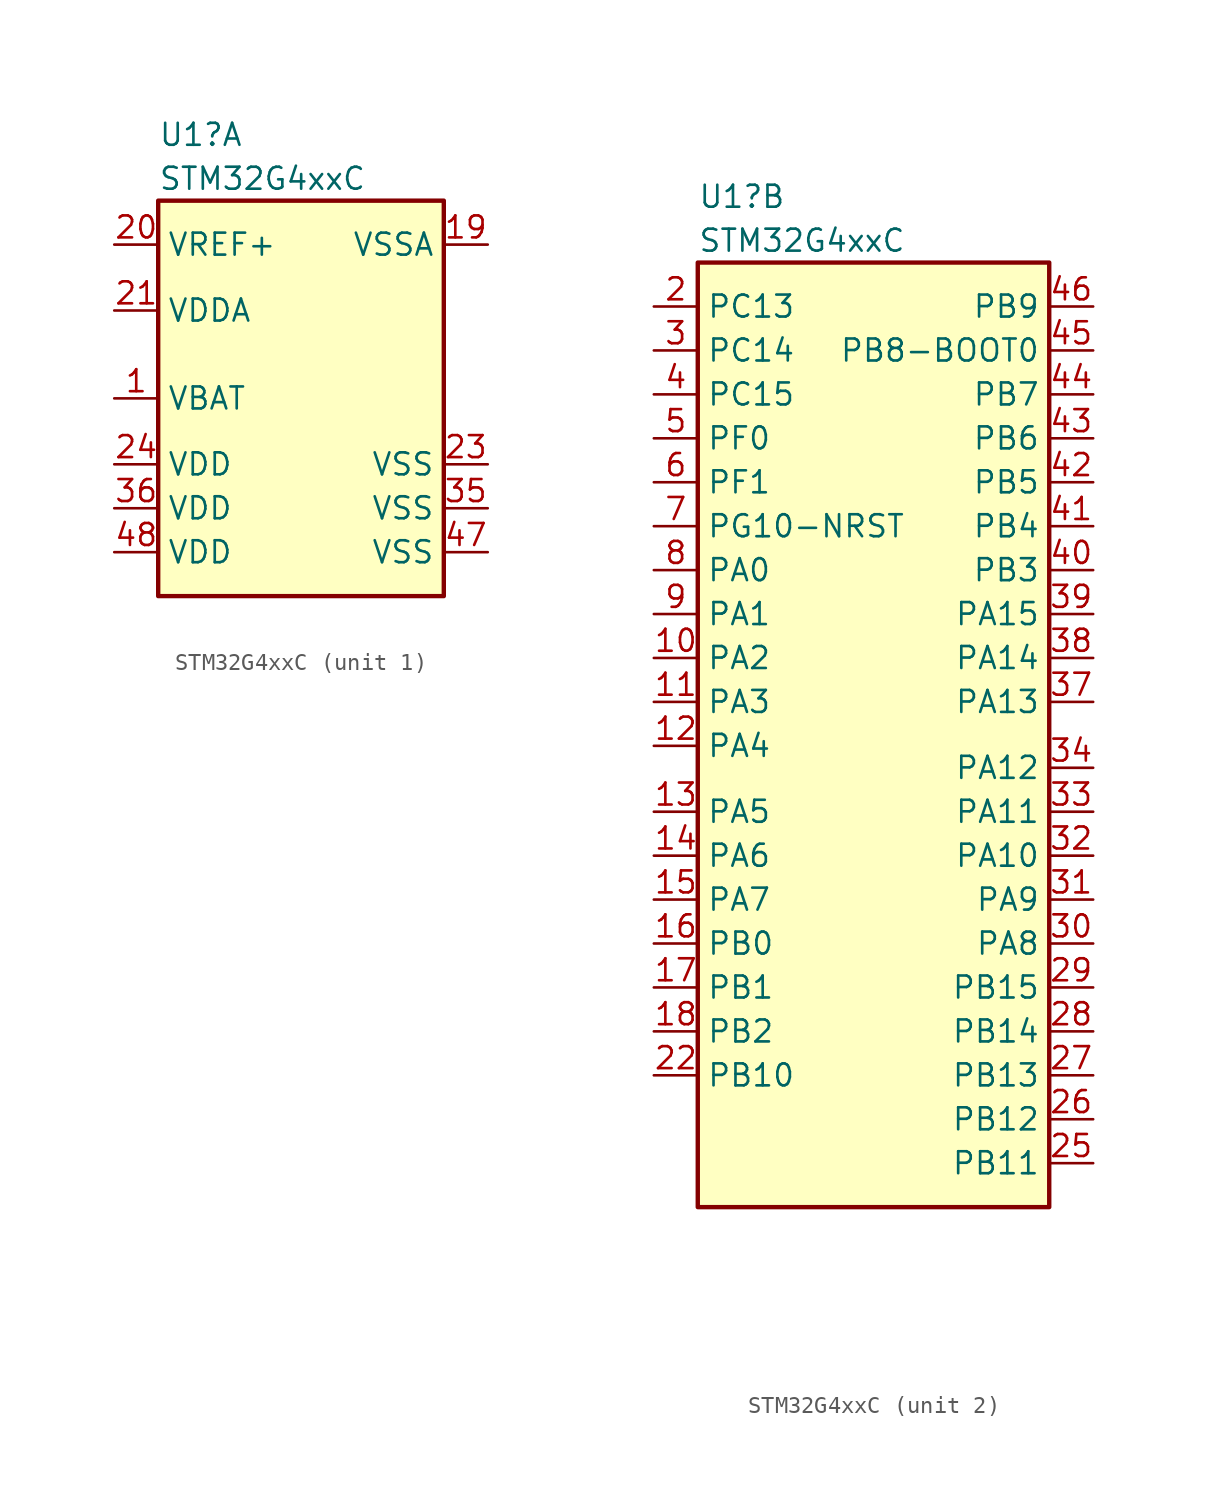
<source format=kicad_sym>
(kicad_symbol_lib
  (version 20220914)
  (generator kicad_symbol_editor)
  (symbol "STM32G4xxC"
    (property "Reference" "U1"
      (at 0 3.81 0)
      (effects (font (size 1.27 1.27)) (justify left)))
    (property "Value" "STM32G4xxC"
      (at 0 1.27 0)
      (effects (font (size 1.27 1.27)) (justify left)))
    (property "ki_locked" ""
      (at 0 0 0)
      (effects (font (size 1.27 1.27))))
    (symbol "STM32G4xxC_1_1"
      (rectangle (start 0 0) (end 16.51 -22.86) (stroke (width 0.254) (type default)) (fill (type background)))
      (pin power_in line (at -2.54 -11.43 0) (length 2.54) (name "VBAT" (effects (font (size 1.27 1.27)))) (number "1" (effects (font (size 1.27 1.27)))))
      (pin power_in line (at 19.05 -2.54 180) (length 2.54) (name "VSSA" (effects (font (size 1.27 1.27)))) (number "19" (effects (font (size 1.27 1.27)))))
      (pin input line (at -2.54 -2.54 0) (length 2.54) (name "VREF+" (effects (font (size 1.27 1.27)))) (number "20" (effects (font (size 1.27 1.27)))) (alternate "VREFBUF_OUT" bidirectional line))
      (pin power_in line (at -2.54 -6.35 0) (length 2.54) (name "VDDA" (effects (font (size 1.27 1.27)))) (number "21" (effects (font (size 1.27 1.27)))))
      (pin power_in line (at 19.05 -15.24 180) (length 2.54) (name "VSS" (effects (font (size 1.27 1.27)))) (number "23" (effects (font (size 1.27 1.27)))))
      (pin power_in line (at -2.54 -15.24 0) (length 2.54) (name "VDD" (effects (font (size 1.27 1.27)))) (number "24" (effects (font (size 1.27 1.27)))))
      (pin power_in line (at 19.05 -17.78 180) (length 2.54) (name "VSS" (effects (font (size 1.27 1.27)))) (number "35" (effects (font (size 1.27 1.27)))))
      (pin power_in line (at -2.54 -17.78 0) (length 2.54) (name "VDD" (effects (font (size 1.27 1.27)))) (number "36" (effects (font (size 1.27 1.27)))))
      (pin power_in line (at 19.05 -20.32 180) (length 2.54) (name "VSS" (effects (font (size 1.27 1.27)))) (number "47" (effects (font (size 1.27 1.27)))))
      (pin power_in line (at -2.54 -20.32 0) (length 2.54) (name "VDD" (effects (font (size 1.27 1.27)))) (number "48" (effects (font (size 1.27 1.27))))))
    (symbol "STM32G4xxC_2_1"
      (rectangle (start 0 0) (end 20.32 -54.61) (stroke (width 0.254) (type default)) (fill (type background)))
      (pin bidirectional line (at -2.54 -22.86 0) (length 2.54) (name "PA2" (effects (font (size 1.27 1.27)))) (number "10" (effects (font (size 1.27 1.27)))) (alternate "ADC1_IN3" bidirectional line) (alternate "ADC3_EXTI2" bidirectional line) (alternate "ADC4_EXTI2" bidirectional line) (alternate "ADC5_EXTI2" bidirectional line) (alternate "COMP2_INM" bidirectional line) (alternate "COMP2_OUT" bidirectional line) (alternate "LPUART1_TX" bidirectional line) (alternate "OPAMP1_VOUT" bidirectional line) (alternate "QUADSPI1_BK1_NCS" bidirectional line) (alternate "RCC_LSCO" bidirectional line) (alternate "SYS_WKUP4" bidirectional line) (alternate "TIM15_CH1" bidirectional line) (alternate "TIM2_CH3" bidirectional line) (alternate "TIM5_CH3" bidirectional line) (alternate "UCPD1_FRSTX1" bidirectional line) (alternate "UCPD1_FRSTX2" bidirectional line) (alternate "USART2_TX" bidirectional line))
      (pin bidirectional line (at -2.54 -25.4 0) (length 2.54) (name "PA3" (effects (font (size 1.27 1.27)))) (number "11" (effects (font (size 1.27 1.27)))) (alternate "ADC1_IN4" bidirectional line) (alternate "ADC3_EXTI3" bidirectional line) (alternate "ADC4_EXTI3" bidirectional line) (alternate "ADC5_EXTI3" bidirectional line) (alternate "COMP2_INP" bidirectional line) (alternate "LPUART1_RX" bidirectional line) (alternate "OPAMP1_VINM" bidirectional line) (alternate "OPAMP1_VINM0" bidirectional line) (alternate "OPAMP1_VINM_SEC" bidirectional line) (alternate "OPAMP1_VINP" bidirectional line) (alternate "OPAMP1_VINP_SEC" bidirectional line) (alternate "OPAMP5_VINM" bidirectional line) (alternate "OPAMP5_VINM1" bidirectional line) (alternate "OPAMP5_VINM_SEC" bidirectional line) (alternate "QUADSPI1_CLK" bidirectional line) (alternate "SAI1_CK1" bidirectional line) (alternate "SAI1_MCLK_A" bidirectional line) (alternate "TIM15_CH2" bidirectional line) (alternate "TIM2_CH4" bidirectional line) (alternate "TIM5_CH4" bidirectional line) (alternate "USART2_RX" bidirectional line))
      (pin bidirectional line (at -2.54 -27.94 0) (length 2.54) (name "PA4" (effects (font (size 1.27 1.27)))) (number "12" (effects (font (size 1.27 1.27)))) (alternate "ADC2_IN17" bidirectional line) (alternate "COMP1_INM" bidirectional line) (alternate "DAC1_OUT1" bidirectional line) (alternate "I2S3_WS" bidirectional line) (alternate "SAI1_FS_B" bidirectional line) (alternate "SPI1_NSS" bidirectional line) (alternate "SPI3_NSS" bidirectional line) (alternate "TIM3_CH2" bidirectional line) (alternate "USART2_CK" bidirectional line))
      (pin bidirectional line (at -2.54 -31.75 0) (length 2.54) (name "PA5" (effects (font (size 1.27 1.27)))) (number "13" (effects (font (size 1.27 1.27)))) (alternate "ADC2_IN13" bidirectional line) (alternate "COMP2_INM" bidirectional line) (alternate "DAC1_OUT2" bidirectional line) (alternate "OPAMP2_VINM" bidirectional line) (alternate "OPAMP2_VINM0" bidirectional line) (alternate "OPAMP2_VINM_SEC" bidirectional line) (alternate "SPI1_SCK" bidirectional line) (alternate "TIM2_CH1" bidirectional line) (alternate "TIM2_ETR" bidirectional line) (alternate "UCPD1_FRSTX1" bidirectional line) (alternate "UCPD1_FRSTX2" bidirectional line))
      (pin bidirectional line (at -2.54 -34.29 0) (length 2.54) (name "PA6" (effects (font (size 1.27 1.27)))) (number "14" (effects (font (size 1.27 1.27)))) (alternate "ADC2_IN3" bidirectional line) (alternate "COMP1_OUT" bidirectional line) (alternate "DAC2_OUT1" bidirectional line) (alternate "LPUART1_CTS" bidirectional line) (alternate "OPAMP2_VOUT" bidirectional line) (alternate "QUADSPI1_BK1_IO3" bidirectional line) (alternate "SPI1_MISO" bidirectional line) (alternate "TIM16_CH1" bidirectional line) (alternate "TIM1_BKIN" bidirectional line) (alternate "TIM3_CH1" bidirectional line) (alternate "TIM8_BKIN" bidirectional line))
      (pin bidirectional line (at -2.54 -36.83 0) (length 2.54) (name "PA7" (effects (font (size 1.27 1.27)))) (number "15" (effects (font (size 1.27 1.27)))) (alternate "ADC2_IN4" bidirectional line) (alternate "COMP2_INP" bidirectional line) (alternate "COMP2_OUT" bidirectional line) (alternate "OPAMP1_VINP" bidirectional line) (alternate "OPAMP1_VINP_SEC" bidirectional line) (alternate "OPAMP2_VINP" bidirectional line) (alternate "OPAMP2_VINP_SEC" bidirectional line) (alternate "QUADSPI1_BK1_IO2" bidirectional line) (alternate "SPI1_MOSI" bidirectional line) (alternate "TIM17_CH1" bidirectional line) (alternate "TIM1_CH1N" bidirectional line) (alternate "TIM3_CH2" bidirectional line) (alternate "TIM8_CH1N" bidirectional line) (alternate "UCPD1_FRSTX1" bidirectional line) (alternate "UCPD1_FRSTX2" bidirectional line))
      (pin bidirectional line (at -2.54 -39.37 0) (length 2.54) (name "PB0" (effects (font (size 1.27 1.27)))) (number "16" (effects (font (size 1.27 1.27)))) (alternate "ADC1_IN15" bidirectional line) (alternate "ADC3_IN12" bidirectional line) (alternate "COMP4_INP" bidirectional line) (alternate "HRTIM1_FLT5" bidirectional line) (alternate "OPAMP2_VINP" bidirectional line) (alternate "OPAMP2_VINP_SEC" bidirectional line) (alternate "OPAMP3_VINP" bidirectional line) (alternate "OPAMP3_VINP_SEC" bidirectional line) (alternate "QUADSPI1_BK1_IO1" bidirectional line) (alternate "TIM1_CH2N" bidirectional line) (alternate "TIM3_CH3" bidirectional line) (alternate "TIM8_CH2N" bidirectional line) (alternate "UCPD1_FRSTX1" bidirectional line) (alternate "UCPD1_FRSTX2" bidirectional line))
      (pin bidirectional line (at -2.54 -41.91 0) (length 2.54) (name "PB1" (effects (font (size 1.27 1.27)))) (number "17" (effects (font (size 1.27 1.27)))) (alternate "ADC1_IN12" bidirectional line) (alternate "ADC3_IN1" bidirectional line) (alternate "COMP1_INP" bidirectional line) (alternate "COMP4_OUT" bidirectional line) (alternate "HRTIM1_SCOUT" bidirectional line) (alternate "LPUART1_DE" bidirectional line) (alternate "LPUART1_RTS" bidirectional line) (alternate "OPAMP3_VOUT" bidirectional line) (alternate "OPAMP6_VINM" bidirectional line) (alternate "OPAMP6_VINM1" bidirectional line) (alternate "OPAMP6_VINM_SEC" bidirectional line) (alternate "QUADSPI1_BK1_IO0" bidirectional line) (alternate "TIM1_CH3N" bidirectional line) (alternate "TIM3_CH4" bidirectional line) (alternate "TIM8_CH3N" bidirectional line))
      (pin bidirectional line (at -2.54 -44.45 0) (length 2.54) (name "PB2" (effects (font (size 1.27 1.27)))) (number "18" (effects (font (size 1.27 1.27)))) (alternate "ADC2_IN12" bidirectional line) (alternate "ADC3_EXTI2" bidirectional line) (alternate "ADC4_EXTI2" bidirectional line) (alternate "ADC5_EXTI2" bidirectional line) (alternate "COMP4_INM" bidirectional line) (alternate "HRTIM1_SCIN" bidirectional line) (alternate "I2C3_SMBA" bidirectional line) (alternate "LPTIM1_OUT" bidirectional line) (alternate "OPAMP3_VINM" bidirectional line) (alternate "OPAMP3_VINM0" bidirectional line) (alternate "OPAMP3_VINM_SEC" bidirectional line) (alternate "QUADSPI1_BK2_IO1" bidirectional line) (alternate "RTC_OUT2" bidirectional line) (alternate "TIM20_CH1" bidirectional line) (alternate "TIM5_CH1" bidirectional line))
      (pin bidirectional line (at -2.54 -2.54 0) (length 2.54) (name "PC13" (effects (font (size 1.27 1.27)))) (number "2" (effects (font (size 1.27 1.27)))) (alternate "RTC_OUT1" bidirectional line) (alternate "RTC_TAMP1" bidirectional line) (alternate "RTC_TS" bidirectional line) (alternate "SYS_WKUP2" bidirectional line) (alternate "TIM1_BKIN" bidirectional line) (alternate "TIM1_CH1N" bidirectional line) (alternate "TIM8_CH4N" bidirectional line))
      (pin bidirectional line (at -2.54 -46.99 0) (length 2.54) (name "PB10" (effects (font (size 1.27 1.27)))) (number "22" (effects (font (size 1.27 1.27)))) (alternate "COMP5_INM" bidirectional line) (alternate "DAC1_EXTI10" bidirectional line) (alternate "DAC2_EXTI10" bidirectional line) (alternate "DAC3_EXTI10" bidirectional line) (alternate "DAC4_EXTI10" bidirectional line) (alternate "HRTIM1_FLT3" bidirectional line) (alternate "LPUART1_RX" bidirectional line) (alternate "OPAMP3_VINM" bidirectional line) (alternate "OPAMP3_VINM1" bidirectional line) (alternate "OPAMP3_VINM_SEC" bidirectional line) (alternate "OPAMP4_VINM" bidirectional line) (alternate "OPAMP4_VINM0" bidirectional line) (alternate "OPAMP4_VINM_SEC" bidirectional line) (alternate "QUADSPI1_CLK" bidirectional line) (alternate "SAI1_SCK_A" bidirectional line) (alternate "TIM1_BKIN" bidirectional line) (alternate "TIM2_CH3" bidirectional line) (alternate "USART3_TX" bidirectional line))
      (pin bidirectional line (at 22.86 -52.07 180) (length 2.54) (name "PB11" (effects (font (size 1.27 1.27)))) (number "25" (effects (font (size 1.27 1.27)))) (alternate "ADC1_EXTI11" bidirectional line) (alternate "ADC1_IN14" bidirectional line) (alternate "ADC2_EXTI11" bidirectional line) (alternate "ADC2_IN14" bidirectional line) (alternate "COMP6_INP" bidirectional line) (alternate "HRTIM1_FLT4" bidirectional line) (alternate "LPUART1_TX" bidirectional line) (alternate "OPAMP4_VINP" bidirectional line) (alternate "OPAMP4_VINP_SEC" bidirectional line) (alternate "OPAMP6_VOUT" bidirectional line) (alternate "QUADSPI1_BK1_NCS" bidirectional line) (alternate "TIM2_CH4" bidirectional line) (alternate "USART3_RX" bidirectional line))
      (pin bidirectional line (at 22.86 -49.53 180) (length 2.54) (name "PB12" (effects (font (size 1.27 1.27)))) (number "26" (effects (font (size 1.27 1.27)))) (alternate "ADC1_IN11" bidirectional line) (alternate "ADC4_IN3" bidirectional line) (alternate "COMP7_INM" bidirectional line) (alternate "FDCAN2_RX" bidirectional line) (alternate "HRTIM1_CHC1" bidirectional line) (alternate "I2C2_SMBA" bidirectional line) (alternate "I2S2_WS" bidirectional line) (alternate "LPUART1_DE" bidirectional line) (alternate "LPUART1_RTS" bidirectional line) (alternate "OPAMP4_VOUT" bidirectional line) (alternate "OPAMP6_VINP" bidirectional line) (alternate "OPAMP6_VINP_SEC" bidirectional line) (alternate "SPI2_NSS" bidirectional line) (alternate "TIM1_BKIN" bidirectional line) (alternate "TIM5_ETR" bidirectional line) (alternate "USART3_CK" bidirectional line))
      (pin bidirectional line (at 22.86 -46.99 180) (length 2.54) (name "PB13" (effects (font (size 1.27 1.27)))) (number "27" (effects (font (size 1.27 1.27)))) (alternate "ADC3_IN5" bidirectional line) (alternate "COMP5_INP" bidirectional line) (alternate "FDCAN2_TX" bidirectional line) (alternate "HRTIM1_CHC2" bidirectional line) (alternate "I2S2_CK" bidirectional line) (alternate "LPUART1_CTS" bidirectional line) (alternate "OPAMP3_VINP" bidirectional line) (alternate "OPAMP3_VINP_SEC" bidirectional line) (alternate "OPAMP4_VINP" bidirectional line) (alternate "OPAMP4_VINP_SEC" bidirectional line) (alternate "OPAMP6_VINP" bidirectional line) (alternate "OPAMP6_VINP_SEC" bidirectional line) (alternate "SPI2_SCK" bidirectional line) (alternate "TIM1_CH1N" bidirectional line) (alternate "USART3_CTS" bidirectional line) (alternate "USART3_NSS" bidirectional line))
      (pin bidirectional line (at 22.86 -44.45 180) (length 2.54) (name "PB14" (effects (font (size 1.27 1.27)))) (number "28" (effects (font (size 1.27 1.27)))) (alternate "ADC1_IN5" bidirectional line) (alternate "ADC4_IN4" bidirectional line) (alternate "COMP4_OUT" bidirectional line) (alternate "COMP7_INP" bidirectional line) (alternate "HRTIM1_CHD1" bidirectional line) (alternate "OPAMP2_VINP" bidirectional line) (alternate "OPAMP2_VINP_SEC" bidirectional line) (alternate "OPAMP5_VINP" bidirectional line) (alternate "OPAMP5_VINP_SEC" bidirectional line) (alternate "SPI2_MISO" bidirectional line) (alternate "TIM15_CH1" bidirectional line) (alternate "TIM1_CH2N" bidirectional line) (alternate "USART3_DE" bidirectional line) (alternate "USART3_RTS" bidirectional line))
      (pin bidirectional line (at 22.86 -41.91 180) (length 2.54) (name "PB15" (effects (font (size 1.27 1.27)))) (number "29" (effects (font (size 1.27 1.27)))) (alternate "ADC1_EXTI15" bidirectional line) (alternate "ADC2_EXTI15" bidirectional line) (alternate "ADC2_IN15" bidirectional line) (alternate "ADC4_IN5" bidirectional line) (alternate "COMP3_OUT" bidirectional line) (alternate "COMP6_INM" bidirectional line) (alternate "HRTIM1_CHD2" bidirectional line) (alternate "I2S2_SD" bidirectional line) (alternate "OPAMP5_VINM" bidirectional line) (alternate "OPAMP5_VINM0" bidirectional line) (alternate "OPAMP5_VINM_SEC" bidirectional line) (alternate "RTC_REFIN" bidirectional line) (alternate "SPI2_MOSI" bidirectional line) (alternate "TIM15_CH1N" bidirectional line) (alternate "TIM15_CH2" bidirectional line) (alternate "TIM1_CH3N" bidirectional line))
      (pin bidirectional line (at -2.54 -5.08 0) (length 2.54) (name "PC14" (effects (font (size 1.27 1.27)))) (number "3" (effects (font (size 1.27 1.27)))) (alternate "RCC_OSC32_IN" bidirectional line))
      (pin bidirectional line (at 22.86 -39.37 180) (length 2.54) (name "PA8" (effects (font (size 1.27 1.27)))) (number "30" (effects (font (size 1.27 1.27)))) (alternate "ADC5_IN1" bidirectional line) (alternate "COMP7_OUT" bidirectional line) (alternate "FDCAN3_RX" bidirectional line) (alternate "HRTIM1_CHA1" bidirectional line) (alternate "I2C2_SDA" bidirectional line) (alternate "I2C3_SCL" bidirectional line) (alternate "I2S2_MCK" bidirectional line) (alternate "OPAMP5_VOUT" bidirectional line) (alternate "RCC_MCO" bidirectional line) (alternate "SAI1_CK2" bidirectional line) (alternate "SAI1_SCK_A" bidirectional line) (alternate "TIM1_CH1" bidirectional line) (alternate "TIM4_ETR" bidirectional line) (alternate "USART1_CK" bidirectional line))
      (pin bidirectional line (at 22.86 -36.83 180) (length 2.54) (name "PA9" (effects (font (size 1.27 1.27)))) (number "31" (effects (font (size 1.27 1.27)))) (alternate "ADC5_IN2" bidirectional line) (alternate "COMP5_OUT" bidirectional line) (alternate "DAC1_EXTI9" bidirectional line) (alternate "DAC2_EXTI9" bidirectional line) (alternate "DAC3_EXTI9" bidirectional line) (alternate "DAC4_EXTI9" bidirectional line) (alternate "HRTIM1_CHA2" bidirectional line) (alternate "I2C2_SCL" bidirectional line) (alternate "I2C3_SMBA" bidirectional line) (alternate "I2S3_MCK" bidirectional line) (alternate "SAI1_FS_A" bidirectional line) (alternate "TIM15_BKIN" bidirectional line) (alternate "TIM1_CH2" bidirectional line) (alternate "TIM2_CH3" bidirectional line) (alternate "UCPD1_DBCC1" bidirectional line) (alternate "USART1_TX" bidirectional line))
      (pin bidirectional line (at 22.86 -34.29 180) (length 2.54) (name "PA10" (effects (font (size 1.27 1.27)))) (number "32" (effects (font (size 1.27 1.27)))) (alternate "COMP6_OUT" bidirectional line) (alternate "CRS_SYNC" bidirectional line) (alternate "DAC1_EXTI10" bidirectional line) (alternate "DAC2_EXTI10" bidirectional line) (alternate "DAC3_EXTI10" bidirectional line) (alternate "DAC4_EXTI10" bidirectional line) (alternate "HRTIM1_CHB1" bidirectional line) (alternate "I2C2_SMBA" bidirectional line) (alternate "SAI1_D1" bidirectional line) (alternate "SAI1_SD_A" bidirectional line) (alternate "SPI2_MISO" bidirectional line) (alternate "TIM17_BKIN" bidirectional line) (alternate "TIM1_CH3" bidirectional line) (alternate "TIM2_CH4" bidirectional line) (alternate "TIM8_BKIN" bidirectional line) (alternate "UCPD1_DBCC2" bidirectional line) (alternate "USART1_RX" bidirectional line))
      (pin bidirectional line (at 22.86 -31.75 180) (length 2.54) (name "PA11" (effects (font (size 1.27 1.27)))) (number "33" (effects (font (size 1.27 1.27)))) (alternate "ADC1_EXTI11" bidirectional line) (alternate "ADC2_EXTI11" bidirectional line) (alternate "COMP1_OUT" bidirectional line) (alternate "FDCAN1_RX" bidirectional line) (alternate "HRTIM1_CHB2" bidirectional line) (alternate "I2S2_SD" bidirectional line) (alternate "SPI2_MOSI" bidirectional line) (alternate "TIM1_BKIN2" bidirectional line) (alternate "TIM1_CH1N" bidirectional line) (alternate "TIM1_CH4" bidirectional line) (alternate "TIM4_CH1" bidirectional line) (alternate "USART1_CTS" bidirectional line) (alternate "USART1_NSS" bidirectional line) (alternate "USB_DM" bidirectional line))
      (pin bidirectional line (at 22.86 -29.21 180) (length 2.54) (name "PA12" (effects (font (size 1.27 1.27)))) (number "34" (effects (font (size 1.27 1.27)))) (alternate "COMP2_OUT" bidirectional line) (alternate "FDCAN1_TX" bidirectional line) (alternate "HRTIM1_FLT1" bidirectional line) (alternate "I2S_CKIN" bidirectional line) (alternate "TIM16_CH1" bidirectional line) (alternate "TIM1_CH2N" bidirectional line) (alternate "TIM1_ETR" bidirectional line) (alternate "TIM4_CH2" bidirectional line) (alternate "USART1_DE" bidirectional line) (alternate "USART1_RTS" bidirectional line) (alternate "USB_DP" bidirectional line))
      (pin passive line (at 8.89 -58.42 90) (length 2.54) hide (name "VSS" (effects (font (size 1.27 1.27)))) (number "35" (effects (font (size 1.27 1.27)))))
      (pin bidirectional line (at 22.86 -25.4 180) (length 2.54) (name "PA13" (effects (font (size 1.27 1.27)))) (number "37" (effects (font (size 1.27 1.27)))) (alternate "I2C1_SCL" bidirectional line) (alternate "I2C4_SCL" bidirectional line) (alternate "IR_OUT" bidirectional line) (alternate "SAI1_SD_B" bidirectional line) (alternate "SYS_JTMS-SWDIO" bidirectional line) (alternate "TIM16_CH1N" bidirectional line) (alternate "TIM4_CH3" bidirectional line) (alternate "USART3_CTS" bidirectional line) (alternate "USART3_NSS" bidirectional line))
      (pin bidirectional line (at 22.86 -22.86 180) (length 2.54) (name "PA14" (effects (font (size 1.27 1.27)))) (number "38" (effects (font (size 1.27 1.27)))) (alternate "I2C1_SDA" bidirectional line) (alternate "I2C4_SMBA" bidirectional line) (alternate "LPTIM1_OUT" bidirectional line) (alternate "SAI1_FS_B" bidirectional line) (alternate "SYS_JTCK-SWCLK" bidirectional line) (alternate "TIM1_BKIN" bidirectional line) (alternate "TIM8_CH2" bidirectional line) (alternate "USART2_TX" bidirectional line))
      (pin bidirectional line (at 22.86 -20.32 180) (length 2.54) (name "PA15" (effects (font (size 1.27 1.27)))) (number "39" (effects (font (size 1.27 1.27)))) (alternate "ADC1_EXTI15" bidirectional line) (alternate "ADC2_EXTI15" bidirectional line) (alternate "FDCAN3_TX" bidirectional line) (alternate "HRTIM1_FLT2" bidirectional line) (alternate "I2C1_SCL" bidirectional line) (alternate "I2S3_WS" bidirectional line) (alternate "SPI1_NSS" bidirectional line) (alternate "SPI3_NSS" bidirectional line) (alternate "SYS_JTDI" bidirectional line) (alternate "TIM1_BKIN" bidirectional line) (alternate "TIM2_CH1" bidirectional line) (alternate "TIM2_ETR" bidirectional line) (alternate "TIM8_CH1" bidirectional line) (alternate "USART2_RX" bidirectional line))
      (pin bidirectional line (at -2.54 -7.62 0) (length 2.54) (name "PC15" (effects (font (size 1.27 1.27)))) (number "4" (effects (font (size 1.27 1.27)))) (alternate "ADC1_EXTI15" bidirectional line) (alternate "ADC2_EXTI15" bidirectional line) (alternate "RCC_OSC32_OUT" bidirectional line))
      (pin bidirectional line (at 22.86 -17.78 180) (length 2.54) (name "PB3" (effects (font (size 1.27 1.27)))) (number "40" (effects (font (size 1.27 1.27)))) (alternate "ADC3_EXTI3" bidirectional line) (alternate "ADC4_EXTI3" bidirectional line) (alternate "ADC5_EXTI3" bidirectional line) (alternate "CRS_SYNC" bidirectional line) (alternate "FDCAN3_RX" bidirectional line) (alternate "HRTIM1_EEV9" bidirectional line) (alternate "HRTIM1_SCOUT" bidirectional line) (alternate "I2S3_CK" bidirectional line) (alternate "SAI1_SCK_B" bidirectional line) (alternate "SPI1_SCK" bidirectional line) (alternate "SPI3_SCK" bidirectional line) (alternate "SYS_JTDO-SWO" bidirectional line) (alternate "TIM2_CH2" bidirectional line) (alternate "TIM3_ETR" bidirectional line) (alternate "TIM4_ETR" bidirectional line) (alternate "TIM8_CH1N" bidirectional line) (alternate "USART2_TX" bidirectional line))
      (pin bidirectional line (at 22.86 -15.24 180) (length 2.54) (name "PB4" (effects (font (size 1.27 1.27)))) (number "41" (effects (font (size 1.27 1.27)))) (alternate "FDCAN3_TX" bidirectional line) (alternate "HRTIM1_EEV7" bidirectional line) (alternate "SAI1_MCLK_B" bidirectional line) (alternate "SPI1_MISO" bidirectional line) (alternate "SPI3_MISO" bidirectional line) (alternate "SYS_JTRST" bidirectional line) (alternate "TIM16_CH1" bidirectional line) (alternate "TIM17_BKIN" bidirectional line) (alternate "TIM3_CH1" bidirectional line) (alternate "TIM8_CH2N" bidirectional line) (alternate "UCPD1_CC2" bidirectional line) (alternate "USART2_RX" bidirectional line))
      (pin bidirectional line (at 22.86 -12.7 180) (length 2.54) (name "PB5" (effects (font (size 1.27 1.27)))) (number "42" (effects (font (size 1.27 1.27)))) (alternate "FDCAN2_RX" bidirectional line) (alternate "HRTIM1_EEV6" bidirectional line) (alternate "I2C1_SMBA" bidirectional line) (alternate "I2C3_SDA" bidirectional line) (alternate "I2S3_SD" bidirectional line) (alternate "LPTIM1_IN1" bidirectional line) (alternate "SAI1_SD_B" bidirectional line) (alternate "SPI1_MOSI" bidirectional line) (alternate "SPI3_MOSI" bidirectional line) (alternate "TIM16_BKIN" bidirectional line) (alternate "TIM17_CH1" bidirectional line) (alternate "TIM3_CH2" bidirectional line) (alternate "TIM8_CH3N" bidirectional line) (alternate "USART2_CK" bidirectional line))
      (pin bidirectional line (at 22.86 -10.16 180) (length 2.54) (name "PB6" (effects (font (size 1.27 1.27)))) (number "43" (effects (font (size 1.27 1.27)))) (alternate "COMP4_OUT" bidirectional line) (alternate "FDCAN2_TX" bidirectional line) (alternate "HRTIM1_EEV4" bidirectional line) (alternate "HRTIM1_SCIN" bidirectional line) (alternate "LPTIM1_ETR" bidirectional line) (alternate "SAI1_FS_B" bidirectional line) (alternate "TIM16_CH1N" bidirectional line) (alternate "TIM4_CH1" bidirectional line) (alternate "TIM8_BKIN2" bidirectional line) (alternate "TIM8_CH1" bidirectional line) (alternate "TIM8_ETR" bidirectional line) (alternate "UCPD1_CC1" bidirectional line) (alternate "USART1_TX" bidirectional line))
      (pin bidirectional line (at 22.86 -7.62 180) (length 2.54) (name "PB7" (effects (font (size 1.27 1.27)))) (number "44" (effects (font (size 1.27 1.27)))) (alternate "COMP3_OUT" bidirectional line) (alternate "HRTIM1_EEV3" bidirectional line) (alternate "I2C1_SDA" bidirectional line) (alternate "I2C4_SDA" bidirectional line) (alternate "LPTIM1_IN2" bidirectional line) (alternate "SYS_PVD_IN" bidirectional line) (alternate "TIM17_CH1N" bidirectional line) (alternate "TIM3_CH4" bidirectional line) (alternate "TIM4_CH2" bidirectional line) (alternate "TIM8_BKIN" bidirectional line) (alternate "USART1_RX" bidirectional line))
      (pin bidirectional line (at 22.86 -5.08 180) (length 2.54) (name "PB8-BOOT0" (effects (font (size 1.27 1.27)))) (number "45" (effects (font (size 1.27 1.27)))) (alternate "COMP1_OUT" bidirectional line) (alternate "FDCAN1_RX" bidirectional line) (alternate "HRTIM1_EEV8" bidirectional line) (alternate "I2C1_SCL" bidirectional line) (alternate "SAI1_CK1" bidirectional line) (alternate "SAI1_MCLK_A" bidirectional line) (alternate "TIM16_CH1" bidirectional line) (alternate "TIM1_BKIN" bidirectional line) (alternate "TIM4_CH3" bidirectional line) (alternate "TIM8_CH2" bidirectional line) (alternate "USART3_RX" bidirectional line))
      (pin bidirectional line (at 22.86 -2.54 180) (length 2.54) (name "PB9" (effects (font (size 1.27 1.27)))) (number "46" (effects (font (size 1.27 1.27)))) (alternate "COMP2_OUT" bidirectional line) (alternate "DAC1_EXTI9" bidirectional line) (alternate "DAC2_EXTI9" bidirectional line) (alternate "DAC3_EXTI9" bidirectional line) (alternate "DAC4_EXTI9" bidirectional line) (alternate "FDCAN1_TX" bidirectional line) (alternate "HRTIM1_EEV5" bidirectional line) (alternate "I2C1_SDA" bidirectional line) (alternate "IR_OUT" bidirectional line) (alternate "SAI1_D2" bidirectional line) (alternate "SAI1_FS_A" bidirectional line) (alternate "TIM17_CH1" bidirectional line) (alternate "TIM1_CH3N" bidirectional line) (alternate "TIM4_CH4" bidirectional line) (alternate "TIM8_CH3" bidirectional line) (alternate "USART3_TX" bidirectional line))
      (pin passive line (at 8.89 -58.42 90) (length 2.54) hide (name "VSS" (effects (font (size 1.27 1.27)))) (number "47" (effects (font (size 1.27 1.27)))))
      (pin bidirectional line (at -2.54 -10.16 0) (length 2.54) (name "PF0" (effects (font (size 1.27 1.27)))) (number "5" (effects (font (size 1.27 1.27)))) (alternate "ADC1_IN10" bidirectional line) (alternate "I2C2_SDA" bidirectional line) (alternate "I2S2_WS" bidirectional line) (alternate "RCC_OSC_IN" bidirectional line) (alternate "SPI2_NSS" bidirectional line) (alternate "TIM1_CH3N" bidirectional line))
      (pin bidirectional line (at -2.54 -12.7 0) (length 2.54) (name "PF1" (effects (font (size 1.27 1.27)))) (number "6" (effects (font (size 1.27 1.27)))) (alternate "ADC2_IN10" bidirectional line) (alternate "COMP3_INM" bidirectional line) (alternate "I2S2_CK" bidirectional line) (alternate "RCC_OSC_OUT" bidirectional line) (alternate "SPI2_SCK" bidirectional line))
      (pin bidirectional line (at -2.54 -15.24 0) (length 2.54) (name "PG10-NRST" (effects (font (size 1.27 1.27)))) (number "7" (effects (font (size 1.27 1.27)))) (alternate "DAC1_EXTI10" bidirectional line) (alternate "DAC2_EXTI10" bidirectional line) (alternate "DAC3_EXTI10" bidirectional line) (alternate "DAC4_EXTI10" bidirectional line) (alternate "RCC_MCO" bidirectional line))
      (pin bidirectional line (at -2.54 -17.78 0) (length 2.54) (name "PA0" (effects (font (size 1.27 1.27)))) (number "8" (effects (font (size 1.27 1.27)))) (alternate "ADC1_IN1" bidirectional line) (alternate "ADC2_IN1" bidirectional line) (alternate "COMP1_INM" bidirectional line) (alternate "COMP1_OUT" bidirectional line) (alternate "COMP3_INP" bidirectional line) (alternate "RTC_TAMP2" bidirectional line) (alternate "SYS_WKUP1" bidirectional line) (alternate "TIM2_CH1" bidirectional line) (alternate "TIM2_ETR" bidirectional line) (alternate "TIM5_CH1" bidirectional line) (alternate "TIM8_BKIN" bidirectional line) (alternate "TIM8_ETR" bidirectional line) (alternate "USART2_CTS" bidirectional line) (alternate "USART2_NSS" bidirectional line))
      (pin bidirectional line (at -2.54 -20.32 0) (length 2.54) (name "PA1" (effects (font (size 1.27 1.27)))) (number "9" (effects (font (size 1.27 1.27)))) (alternate "ADC1_IN2" bidirectional line) (alternate "ADC2_IN2" bidirectional line) (alternate "COMP1_INP" bidirectional line) (alternate "OPAMP1_VINP" bidirectional line) (alternate "OPAMP1_VINP_SEC" bidirectional line) (alternate "OPAMP3_VINP" bidirectional line) (alternate "OPAMP3_VINP_SEC" bidirectional line) (alternate "OPAMP6_VINM" bidirectional line) (alternate "OPAMP6_VINM0" bidirectional line) (alternate "OPAMP6_VINM_SEC" bidirectional line) (alternate "RTC_REFIN" bidirectional line) (alternate "TIM15_CH1N" bidirectional line) (alternate "TIM2_CH2" bidirectional line) (alternate "TIM5_CH2" bidirectional line) (alternate "USART2_DE" bidirectional line) (alternate "USART2_RTS" bidirectional line)))))
</source>
